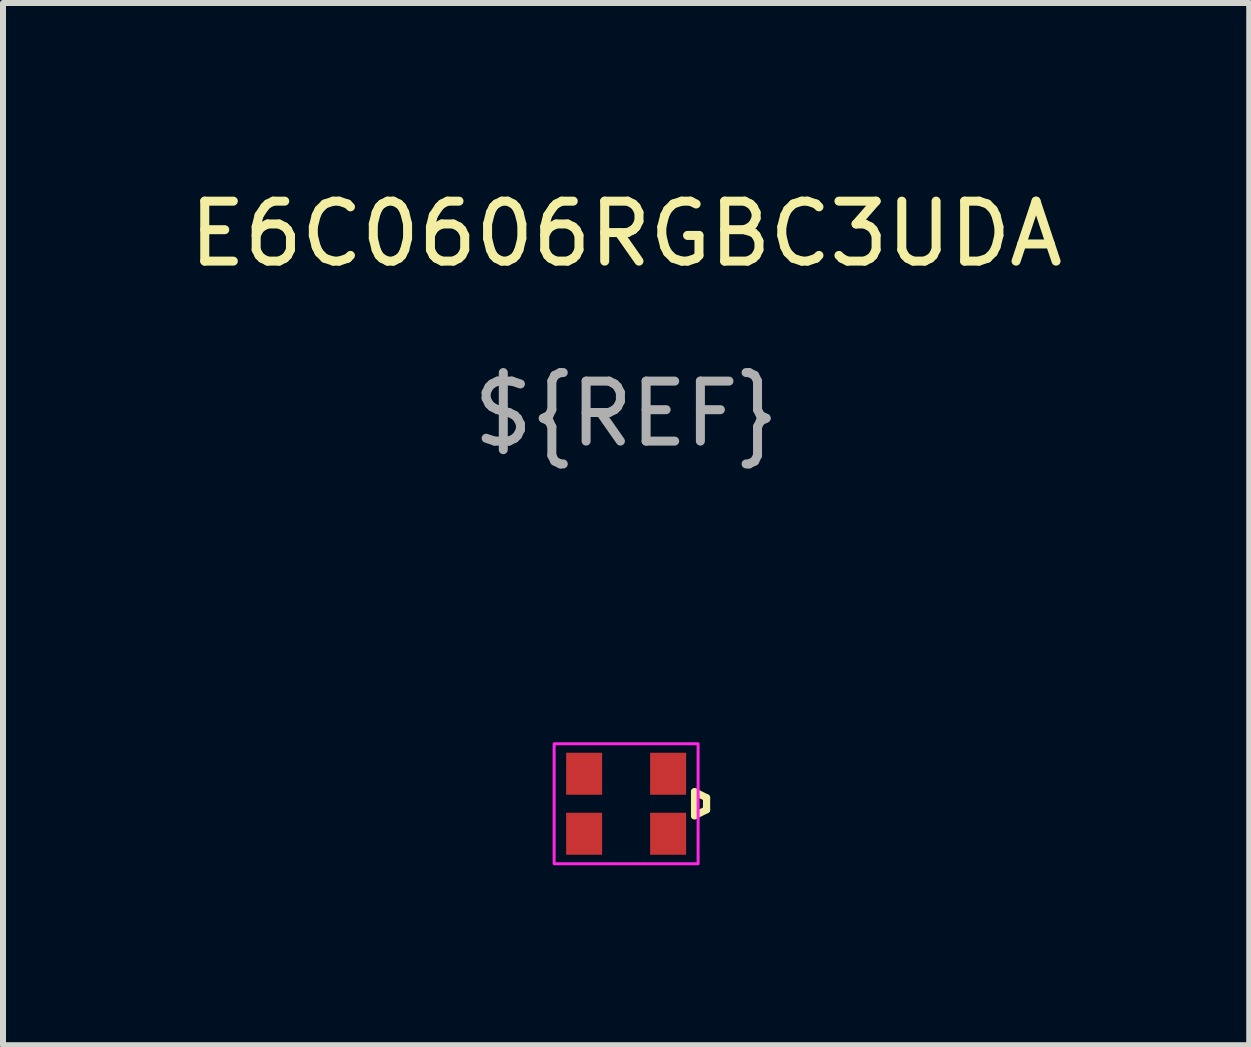
<source format=kicad_pcb>
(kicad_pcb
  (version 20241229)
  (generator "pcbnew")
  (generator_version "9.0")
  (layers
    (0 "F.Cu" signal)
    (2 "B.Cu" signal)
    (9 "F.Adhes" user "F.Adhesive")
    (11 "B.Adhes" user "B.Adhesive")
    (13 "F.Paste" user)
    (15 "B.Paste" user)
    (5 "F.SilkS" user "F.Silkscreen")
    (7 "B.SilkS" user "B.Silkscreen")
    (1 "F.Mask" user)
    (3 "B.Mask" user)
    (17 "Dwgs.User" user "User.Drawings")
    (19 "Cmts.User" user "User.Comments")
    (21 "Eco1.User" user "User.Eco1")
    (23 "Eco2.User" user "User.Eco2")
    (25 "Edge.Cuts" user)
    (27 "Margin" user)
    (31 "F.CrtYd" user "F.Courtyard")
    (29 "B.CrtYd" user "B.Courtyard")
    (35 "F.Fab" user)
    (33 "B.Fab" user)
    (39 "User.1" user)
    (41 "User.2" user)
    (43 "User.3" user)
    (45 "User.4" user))
  (footprint "E6C0606RGBC3UDA"
    (layer "F.Cu")
    (at 7.387 10.348)
    (property "Reference" "E6C0606RGBC3UDA" (at 0 -9.5 0) (unlocked yes) (layer "F.SilkS") (effects (font (size 1 1) (thickness 0.15))))
    (attr through_hole)
    (fp_line (start 1.141 -0.2) (end 1.141 0.2) (stroke (width 0.12) (type solid)) (layer "F.SilkS"))
    (fp_line (start 1.141 0.2) (end 1.341 0.1) (stroke (width 0.12) (type solid)) (layer "F.SilkS"))
    (fp_line (start 1.341 -0.1) (end 1.141 -0.2) (stroke (width 0.12) (type solid)) (layer "F.SilkS"))
    (fp_line (start 1.341 0.1) (end 1.341 -0.1) (stroke (width 0.12) (type solid)) (layer "F.SilkS"))
    (fp_rect (start -1.2 -1) (end 1.2 1) (stroke (width 0.05) (type solid)) (fill no) (layer "F.CrtYd"))
    (fp_text user "${REF}" (at 0 -6.5 0) (unlocked yes) (layer "F.Fab") (effects (font (size 1 1) (thickness 0.15))))
    (pad "1" smd rect (at -0.7 -0.5) (size 0.6 0.7) (layers "F.Cu" "F.Mask" "F.Paste"))
    (pad "2" smd rect (at 0.7 -0.5) (size 0.6 0.7) (layers "F.Cu" "F.Mask" "F.Paste"))
    (pad "3" smd rect (at -0.7 0.5) (size 0.6 0.7) (layers "F.Cu" "F.Mask" "F.Paste"))
    (pad "4" smd rect (at 0.7 0.5) (size 0.6 0.7) (layers "F.Cu" "F.Mask" "F.Paste")))
  (gr_rect
    (start -3 -3)
    (end 17.774 14.373)
    (stroke (width 0.1) (type default))
    (fill no)
    (layer "Edge.Cuts")))
</source>
